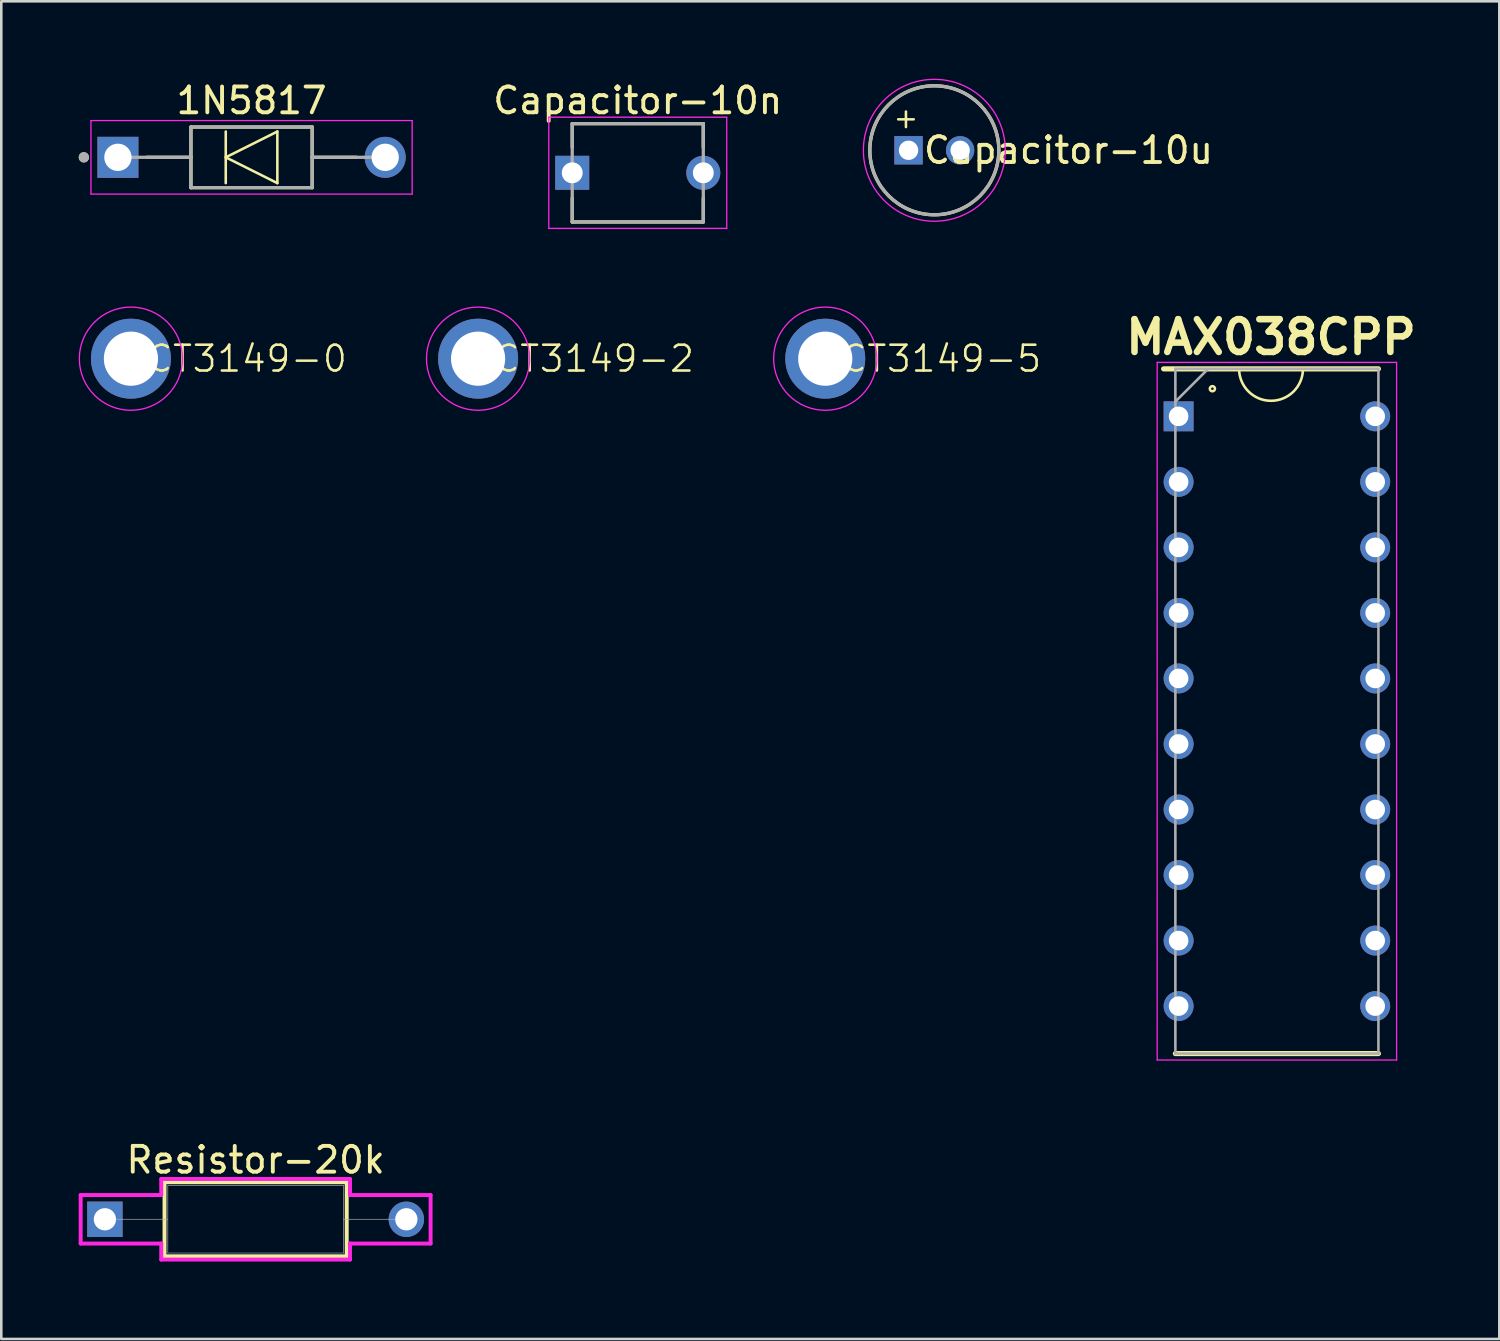
<source format=kicad_pcb>
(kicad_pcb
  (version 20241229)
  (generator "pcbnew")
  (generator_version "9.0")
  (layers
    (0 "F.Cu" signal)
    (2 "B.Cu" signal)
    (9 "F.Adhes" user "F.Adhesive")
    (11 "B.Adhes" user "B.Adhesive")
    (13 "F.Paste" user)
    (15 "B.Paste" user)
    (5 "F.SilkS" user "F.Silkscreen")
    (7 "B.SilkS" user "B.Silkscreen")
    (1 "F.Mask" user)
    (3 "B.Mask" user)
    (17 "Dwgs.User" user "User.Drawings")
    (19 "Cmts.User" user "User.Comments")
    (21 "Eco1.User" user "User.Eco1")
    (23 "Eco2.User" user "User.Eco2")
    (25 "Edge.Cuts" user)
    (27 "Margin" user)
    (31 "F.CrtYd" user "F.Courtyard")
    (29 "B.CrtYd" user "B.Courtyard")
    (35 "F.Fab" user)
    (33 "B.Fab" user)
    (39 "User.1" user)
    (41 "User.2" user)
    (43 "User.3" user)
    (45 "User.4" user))
  (footprint "CT3149-0"
    (layer "F.Cu")
    (at 2.025 10.853)
    (property "Reference" "CT3149-0" (at 4.5 0 0) (unlocked yes) (layer "F.SilkS") (effects (font (size 1 1) (thickness 0.1))))
    (attr through_hole)
    (fp_circle (center 0 0) (end 2 0) (stroke (width 0.05) (type default)) (fill no) (layer "F.CrtYd"))
    (pad "1" thru_hole circle (at 0 0) (size 3.1 3.1) (drill 2.1) (layers "*.Cu" "*.Mask")))
  (footprint "Capacitor-10u"
    (layer "F.Cu")
    (at 33.165 2.775)
    (property "Reference" "Capacitor-10u" (at 5.2 0 0) (layer "F.SilkS") (effects (font (size 1 1) (thickness 0.15))))
    (attr through_hole)
    (fp_line (start -1.1 -1.5) (end -1.1 -0.9) (stroke (width 0.1) (type default)) (layer "F.SilkS"))
    (fp_line (start -0.8 -1.2) (end -1.4 -1.2) (stroke (width 0.1) (type default)) (layer "F.SilkS"))
    (fp_circle (center 0 0) (end 2.5 0) (stroke (width 0.127) (type solid)) (fill no) (layer "F.SilkS"))
    (fp_circle (center 0 0) (end 2.75 0) (stroke (width 0.05) (type solid)) (fill no) (layer "F.CrtYd"))
    (fp_circle (center 0 0) (end 2.5 0) (stroke (width 0.127) (type solid)) (fill no) (layer "F.Fab"))
    (pad "1" thru_hole rect (at -1 0) (size 1.1 1.1) (drill 0.75) (layers "*.Cu" "*.Mask"))
    (pad "2" thru_hole circle (at 1 0) (size 1.1 1.1) (drill 0.75) (layers "*.Cu" "*.Mask")))
  (footprint "Resistor-20k"
    (layer "F.Cu")
    (at 1.016 44.21)
    (property "Reference" "Resistor-20k" (at 5.842 -2.3 0) (unlocked yes) (layer "F.SilkS") (effects (font (size 1 1) (thickness 0.15))))
    (attr through_hole)
    (fp_line (start 2.311 -1.435) (end 2.311 1.435) (stroke (width 0.152) (type solid)) (layer "F.SilkS"))
    (fp_line (start 2.311 1.435) (end 9.373 1.435) (stroke (width 0.152) (type solid)) (layer "F.SilkS"))
    (fp_line (start 9.373 -1.435) (end 2.311 -1.435) (stroke (width 0.152) (type solid)) (layer "F.SilkS"))
    (fp_line (start 9.373 1.435) (end 9.373 -1.435) (stroke (width 0.152) (type solid)) (layer "F.SilkS"))
    (fp_line (start -0.94 -0.94) (end 2.184 -0.94) (stroke (width 0.152) (type solid)) (layer "F.CrtYd"))
    (fp_line (start -0.94 0.94) (end -0.94 -0.94) (stroke (width 0.152) (type solid)) (layer "F.CrtYd"))
    (fp_line (start 2.184 -1.562) (end 9.5 -1.562) (stroke (width 0.152) (type solid)) (layer "F.CrtYd"))
    (fp_line (start 2.184 -0.94) (end 2.184 -1.562) (stroke (width 0.152) (type solid)) (layer "F.CrtYd"))
    (fp_line (start 2.184 0.94) (end -0.94 0.94) (stroke (width 0.152) (type solid)) (layer "F.CrtYd"))
    (fp_line (start 2.184 1.562) (end 2.184 0.94) (stroke (width 0.152) (type solid)) (layer "F.CrtYd"))
    (fp_line (start 9.5 -1.562) (end 9.5 -0.94) (stroke (width 0.152) (type solid)) (layer "F.CrtYd"))
    (fp_line (start 9.5 -0.94) (end 12.624 -0.94) (stroke (width 0.152) (type solid)) (layer "F.CrtYd"))
    (fp_line (start 9.5 0.94) (end 9.5 1.562) (stroke (width 0.152) (type solid)) (layer "F.CrtYd"))
    (fp_line (start 9.5 1.562) (end 2.184 1.562) (stroke (width 0.152) (type solid)) (layer "F.CrtYd"))
    (fp_line (start 12.624 -0.94) (end 12.624 0.94) (stroke (width 0.152) (type solid)) (layer "F.CrtYd"))
    (fp_line (start 12.624 0.94) (end 9.5 0.94) (stroke (width 0.152) (type solid)) (layer "F.CrtYd"))
    (fp_line (start 0 0) (end 2.438 0) (stroke (width 0.025) (type solid)) (layer "F.Fab"))
    (fp_line (start 2.438 -1.308) (end 2.438 1.308) (stroke (width 0.025) (type solid)) (layer "F.Fab"))
    (fp_line (start 2.438 1.308) (end 9.246 1.308) (stroke (width 0.025) (type solid)) (layer "F.Fab"))
    (fp_line (start 9.246 -1.308) (end 2.438 -1.308) (stroke (width 0.025) (type solid)) (layer "F.Fab"))
    (fp_line (start 9.246 1.308) (end 9.246 -1.308) (stroke (width 0.025) (type solid)) (layer "F.Fab"))
    (fp_line (start 11.684 0) (end 9.246 0) (stroke (width 0.025) (type solid)) (layer "F.Fab"))
    (pad "1" thru_hole rect (at 0 0) (size 1.372 1.372) (drill 0.864) (layers "*.Cu" "*.Mask"))
    (pad "2" thru_hole circle (at 11.684 0) (size 1.372 1.372) (drill 0.864) (layers "*.Cu" "*.Mask")))
  (footprint "CT3149-5"
    (layer "F.Cu")
    (at 28.937 10.853)
    (property "Reference" "CT3149-5" (at 4.5 0 0) (unlocked yes) (layer "F.SilkS") (effects (font (size 1 1) (thickness 0.1))))
    (attr through_hole)
    (fp_circle (center 0 0) (end 2 0) (stroke (width 0.05) (type default)) (fill no) (layer "F.CrtYd"))
    (pad "1" thru_hole circle (at 0 0) (size 3.1 3.1) (drill 2.1) (layers "*.Cu" "*.Mask")))
  (footprint "CT3149-2"
    (layer "F.Cu")
    (at 15.481 10.853)
    (property "Reference" "CT3149-2" (at 4.5 0 0) (unlocked yes) (layer "F.SilkS") (effects (font (size 1 1) (thickness 0.1))))
    (attr through_hole)
    (fp_circle (center 0 0) (end 2 0) (stroke (width 0.05) (type default)) (fill no) (layer "F.CrtYd"))
    (pad "1" thru_hole circle (at 0 0) (size 3.1 3.1) (drill 2.1) (layers "*.Cu" "*.Mask")))
  (footprint "Capacitor-10n"
    (layer "F.Cu")
    (at 21.67 3.648)
    (property "Reference" "Capacitor-10n" (at 0 -2.8 0) (layer "F.SilkS") (effects (font (size 1 1) (thickness 0.15))))
    (attr through_hole)
    (fp_line (start -2.54 -1.905) (end 2.54 -1.905) (stroke (width 0.127) (type solid)) (layer "F.SilkS"))
    (fp_line (start -2.54 -0.979) (end -2.54 -1.905) (stroke (width 0.127) (type solid)) (layer "F.SilkS"))
    (fp_line (start -2.54 1.905) (end -2.54 0.979) (stroke (width 0.127) (type solid)) (layer "F.SilkS"))
    (fp_line (start 2.54 -1.905) (end 2.54 -0.979) (stroke (width 0.127) (type solid)) (layer "F.SilkS"))
    (fp_line (start 2.54 1.905) (end -2.54 1.905) (stroke (width 0.127) (type solid)) (layer "F.SilkS"))
    (fp_line (start 2.54 1.905) (end 2.54 0.979) (stroke (width 0.127) (type solid)) (layer "F.SilkS"))
    (fp_line (start -3.449 -2.155) (end -3.449 2.155) (stroke (width 0.05) (type solid)) (layer "F.CrtYd"))
    (fp_line (start -3.449 2.155) (end 3.449 2.155) (stroke (width 0.05) (type solid)) (layer "F.CrtYd"))
    (fp_line (start 3.449 -2.155) (end -3.449 -2.155) (stroke (width 0.05) (type solid)) (layer "F.CrtYd"))
    (fp_line (start 3.449 2.155) (end 3.449 -2.155) (stroke (width 0.05) (type solid)) (layer "F.CrtYd"))
    (fp_line (start -2.54 -1.905) (end 2.54 -1.905) (stroke (width 0.127) (type solid)) (layer "F.Fab"))
    (fp_line (start -2.54 1.905) (end -2.54 -1.905) (stroke (width 0.127) (type solid)) (layer "F.Fab"))
    (fp_line (start 2.54 -1.905) (end 2.54 1.905) (stroke (width 0.127) (type solid)) (layer "F.Fab"))
    (fp_line (start 2.54 1.905) (end -2.54 1.905) (stroke (width 0.127) (type solid)) (layer "F.Fab"))
    (pad "1" thru_hole rect (at -2.54 0) (size 1.318 1.318) (drill 0.81) (layers "*.Cu" "*.Mask"))
    (pad "2" thru_hole circle (at 2.54 0) (size 1.318 1.318) (drill 0.81) (layers "*.Cu" "*.Mask")))
  (footprint "1N5817"
    (layer "F.Cu")
    (at 6.7 3.048)
    (property "Reference" "1N5817" (at 0 -2.2 0) (layer "F.SilkS") (effects (font (size 1 1) (thickness 0.15))))
    (attr through_hole)
    (fp_line (start -2.35 -1.175) (end -2.35 0) (stroke (width 0.127) (type solid)) (layer "F.SilkS"))
    (fp_line (start -2.35 0) (end -4.065 0) (stroke (width 0.127) (type solid)) (layer "F.SilkS"))
    (fp_line (start -2.35 0) (end -2.35 1.175) (stroke (width 0.127) (type solid)) (layer "F.SilkS"))
    (fp_line (start -2.35 1.175) (end 2.35 1.175) (stroke (width 0.127) (type solid)) (layer "F.SilkS"))
    (fp_line (start -1 -1) (end -1 1) (stroke (width 0.1) (type default)) (layer "F.SilkS"))
    (fp_line (start 1 -1) (end -1 0) (stroke (width 0.1) (type default)) (layer "F.SilkS"))
    (fp_line (start 1 1) (end -1 0) (stroke (width 0.1) (type default)) (layer "F.SilkS"))
    (fp_line (start 1 1) (end 1 -1) (stroke (width 0.1) (type default)) (layer "F.SilkS"))
    (fp_line (start 2.35 -1.175) (end -2.35 -1.175) (stroke (width 0.127) (type solid)) (layer "F.SilkS"))
    (fp_line (start 2.35 0) (end 2.35 -1.175) (stroke (width 0.127) (type solid)) (layer "F.SilkS"))
    (fp_line (start 2.35 0) (end 4.065 0) (stroke (width 0.127) (type solid)) (layer "F.SilkS"))
    (fp_line (start 2.35 1.175) (end 2.35 0) (stroke (width 0.127) (type solid)) (layer "F.SilkS"))
    (fp_circle (center -6.5 0) (end -6.4 0) (stroke (width 0.2) (type solid)) (fill no) (layer "F.SilkS"))
    (fp_line (start -6.225 -1.425) (end -6.225 1.425) (stroke (width 0.05) (type solid)) (layer "F.CrtYd"))
    (fp_line (start -6.225 1.425) (end 6.225 1.425) (stroke (width 0.05) (type solid)) (layer "F.CrtYd"))
    (fp_line (start 6.225 -1.425) (end -6.225 -1.425) (stroke (width 0.05) (type solid)) (layer "F.CrtYd"))
    (fp_line (start 6.225 1.425) (end 6.225 -1.425) (stroke (width 0.05) (type solid)) (layer "F.CrtYd"))
    (fp_line (start -2.35 -1.175) (end -2.35 0) (stroke (width 0.127) (type solid)) (layer "F.Fab"))
    (fp_line (start -2.35 0) (end -5.18 0) (stroke (width 0.127) (type solid)) (layer "F.Fab"))
    (fp_line (start -2.35 0) (end -2.35 1.175) (stroke (width 0.127) (type solid)) (layer "F.Fab"))
    (fp_line (start -2.35 1.175) (end 2.35 1.175) (stroke (width 0.127) (type solid)) (layer "F.Fab"))
    (fp_line (start 2.35 -1.175) (end -2.35 -1.175) (stroke (width 0.127) (type solid)) (layer "F.Fab"))
    (fp_line (start 2.35 0) (end 2.35 -1.175) (stroke (width 0.127) (type solid)) (layer "F.Fab"))
    (fp_line (start 2.35 0) (end 5.18 0) (stroke (width 0.127) (type solid)) (layer "F.Fab"))
    (fp_line (start 2.35 1.175) (end 2.35 0) (stroke (width 0.127) (type solid)) (layer "F.Fab"))
    (fp_circle (center -6.5 0) (end -6.4 0) (stroke (width 0.2) (type solid)) (fill no) (layer "F.Fab"))
    (pad "1" thru_hole rect (at -5.18 0) (size 1.59 1.59) (drill 1.06) (layers "*.Cu" "*.Mask"))
    (pad "2" thru_hole circle (at 5.18 0) (size 1.59 1.59) (drill 1.06) (layers "*.Cu" "*.Mask")))
  (footprint "MAX038CPP"
    (layer "F.Cu")
    (at 46.443 24.517)
    (property "Reference" "MAX038CPP" (at -0.228 -14.5 0) (layer "F.SilkS") (effects (font (size 1.27 1.27) (thickness 0.254))))
    (attr through_hole)
    (fp_line (start -4.39 -13.27) (end 3.935 -13.27) (stroke (width 0.2) (type solid)) (layer "F.SilkS"))
    (fp_line (start -3.935 13.27) (end 3.935 13.27) (stroke (width 0.2) (type solid)) (layer "F.SilkS"))
    (fp_arc (start 1.010235 -13.27) (mid -0.2275 -12.032265) (end -1.465235 -13.27) (stroke (width 0.1) (type solid)) (layer "F.SilkS"))
    (fp_circle (center -2.5 -12.5) (end -2.452 -12.488) (stroke (width 0.1) (type default)) (fill no) (layer "F.SilkS"))
    (fp_line (start -4.64 -13.52) (end 4.64 -13.52) (stroke (width 0.05) (type solid)) (layer "F.CrtYd"))
    (fp_line (start -4.64 13.52) (end -4.64 -13.52) (stroke (width 0.05) (type solid)) (layer "F.CrtYd"))
    (fp_line (start 4.64 -13.52) (end 4.64 13.52) (stroke (width 0.05) (type solid)) (layer "F.CrtYd"))
    (fp_line (start 4.64 13.52) (end -4.64 13.52) (stroke (width 0.05) (type solid)) (layer "F.CrtYd"))
    (fp_line (start -3.935 -13.27) (end 3.935 -13.27) (stroke (width 0.1) (type solid)) (layer "F.Fab"))
    (fp_line (start -3.935 -12) (end -2.665 -13.27) (stroke (width 0.1) (type solid)) (layer "F.Fab"))
    (fp_line (start -3.935 13.27) (end -3.935 -13.27) (stroke (width 0.1) (type solid)) (layer "F.Fab"))
    (fp_line (start 3.935 -13.27) (end 3.935 13.27) (stroke (width 0.1) (type solid)) (layer "F.Fab"))
    (fp_line (start 3.935 13.27) (end -3.935 13.27) (stroke (width 0.1) (type solid)) (layer "F.Fab"))
    (pad "1" thru_hole rect (at -3.81 -11.43) (size 1.16 1.16) (drill 0.76) (layers "*.Cu" "*.Mask"))
    (pad "2" thru_hole circle (at -3.81 -8.89) (size 1.16 1.16) (drill 0.76) (layers "*.Cu" "*.Mask"))
    (pad "3" thru_hole circle (at -3.81 -6.35) (size 1.16 1.16) (drill 0.76) (layers "*.Cu" "*.Mask"))
    (pad "4" thru_hole circle (at -3.81 -3.81) (size 1.16 1.16) (drill 0.76) (layers "*.Cu" "*.Mask"))
    (pad "5" thru_hole circle (at -3.81 -1.27) (size 1.16 1.16) (drill 0.76) (layers "*.Cu" "*.Mask"))
    (pad "6" thru_hole circle (at -3.81 1.27) (size 1.16 1.16) (drill 0.76) (layers "*.Cu" "*.Mask"))
    (pad "7" thru_hole circle (at -3.81 3.81) (size 1.16 1.16) (drill 0.76) (layers "*.Cu" "*.Mask"))
    (pad "8" thru_hole circle (at -3.81 6.35) (size 1.16 1.16) (drill 0.76) (layers "*.Cu" "*.Mask"))
    (pad "9" thru_hole circle (at -3.81 8.89) (size 1.16 1.16) (drill 0.76) (layers "*.Cu" "*.Mask"))
    (pad "10" thru_hole circle (at -3.81 11.43) (size 1.16 1.16) (drill 0.76) (layers "*.Cu" "*.Mask"))
    (pad "11" thru_hole circle (at 3.81 11.43) (size 1.16 1.16) (drill 0.76) (layers "*.Cu" "*.Mask"))
    (pad "12" thru_hole circle (at 3.81 8.89) (size 1.16 1.16) (drill 0.76) (layers "*.Cu" "*.Mask"))
    (pad "13" thru_hole circle (at 3.81 6.35) (size 1.16 1.16) (drill 0.76) (layers "*.Cu" "*.Mask"))
    (pad "14" thru_hole circle (at 3.81 3.81) (size 1.16 1.16) (drill 0.76) (layers "*.Cu" "*.Mask"))
    (pad "15" thru_hole circle (at 3.81 1.27) (size 1.16 1.16) (drill 0.76) (layers "*.Cu" "*.Mask"))
    (pad "16" thru_hole circle (at 3.81 -1.27) (size 1.16 1.16) (drill 0.76) (layers "*.Cu" "*.Mask"))
    (pad "17" thru_hole circle (at 3.81 -3.81) (size 1.16 1.16) (drill 0.76) (layers "*.Cu" "*.Mask"))
    (pad "18" thru_hole circle (at 3.81 -6.35) (size 1.16 1.16) (drill 0.76) (layers "*.Cu" "*.Mask"))
    (pad "19" thru_hole circle (at 3.81 -8.89) (size 1.16 1.16) (drill 0.76) (layers "*.Cu" "*.Mask"))
    (pad "20" thru_hole circle (at 3.81 -11.43) (size 1.16 1.16) (drill 0.76) (layers "*.Cu" "*.Mask")))
  (gr_rect
    (start -3 -3)
    (end 55.064 48.849)
    (stroke (width 0.1) (type default))
    (fill no)
    (layer "Edge.Cuts")))
</source>
